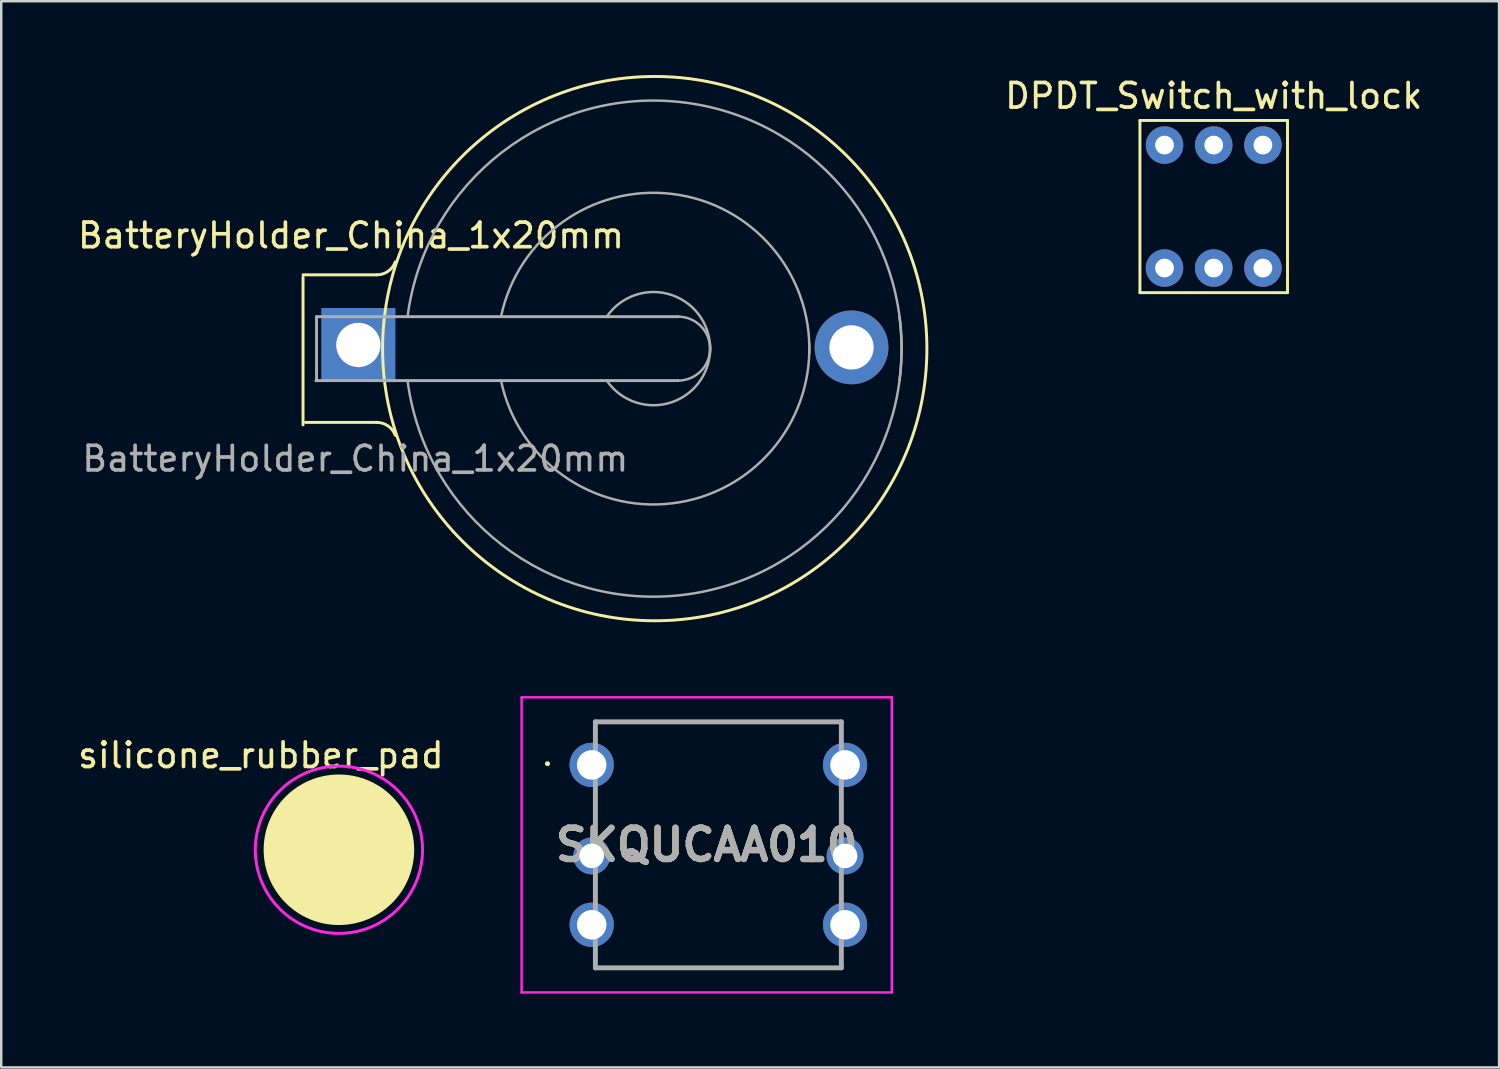
<source format=kicad_pcb>
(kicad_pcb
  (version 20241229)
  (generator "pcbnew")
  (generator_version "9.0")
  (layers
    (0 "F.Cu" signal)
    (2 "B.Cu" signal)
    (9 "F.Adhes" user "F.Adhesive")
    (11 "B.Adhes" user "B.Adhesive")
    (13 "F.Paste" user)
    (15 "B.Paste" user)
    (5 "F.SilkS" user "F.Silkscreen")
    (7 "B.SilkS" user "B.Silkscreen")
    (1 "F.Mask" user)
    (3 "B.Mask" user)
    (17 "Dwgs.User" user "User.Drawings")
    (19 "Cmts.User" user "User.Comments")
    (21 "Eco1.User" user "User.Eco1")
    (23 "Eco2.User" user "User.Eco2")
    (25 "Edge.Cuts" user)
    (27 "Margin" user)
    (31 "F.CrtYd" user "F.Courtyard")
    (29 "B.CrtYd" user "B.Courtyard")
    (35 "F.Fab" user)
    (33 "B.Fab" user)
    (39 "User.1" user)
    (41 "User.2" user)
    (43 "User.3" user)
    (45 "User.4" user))
  (footprint "DPDT_Switch_with_lock"
    (layer "F.Cu")
    (at 47.296 11.848)
    (property "Reference" "DPDT_Switch_with_lock" (at -1 -11 0) (layer "F.SilkS") (effects (font (size 1 1) (thickness 0.15))))
    (attr through_hole)
    (fp_line (start -4 -10) (end 2 -10) (stroke (width 0.12) (type solid)) (layer "F.SilkS"))
    (fp_line (start -4 -3) (end -4 -10) (stroke (width 0.12) (type solid)) (layer "F.SilkS"))
    (fp_line (start 2 -10) (end 2 -3) (stroke (width 0.12) (type solid)) (layer "F.SilkS"))
    (fp_line (start 2 -3) (end -4 -3) (stroke (width 0.12) (type solid)) (layer "F.SilkS"))
    (pad "1" thru_hole circle (at -3 -9) (size 1.524 1.524) (drill 0.762) (layers "*.Cu" "*.Mask"))
    (pad "2" thru_hole circle (at -1 -9) (size 1.524 1.524) (drill 0.762) (layers "*.Cu" "*.Mask"))
    (pad "3" thru_hole circle (at 1 -9) (size 1.524 1.524) (drill 0.762) (layers "*.Cu" "*.Mask"))
    (pad "4" thru_hole circle (at -3 -4) (size 1.524 1.524) (drill 0.762) (layers "*.Cu" "*.Mask"))
    (pad "5" thru_hole circle (at -1 -4) (size 1.524 1.524) (drill 0.762) (layers "*.Cu" "*.Mask"))
    (pad "6" thru_hole circle (at 1 -4) (size 1.524 1.524) (drill 0.762) (layers "*.Cu" "*.Mask")))
  (footprint "SKQUCAA010"
    (layer "F.Cu")
    (at 21.007 28.049)
    (property "Reference" "SKQUCAA010" (at 4.675 3.25 0) (layer "F.SilkS") (effects (font (size 1.27 1.27) (thickness 0.254))))
    (attr through_hole)
    (fp_line (start -1.85 -0.05) (end -1.85 -0.05) (stroke (width 0.1) (type solid)) (layer "F.SilkS"))
    (fp_line (start -1.75 -0.05) (end -1.75 -0.05) (stroke (width 0.1) (type solid)) (layer "F.SilkS"))
    (fp_line (start 0.95 8.25) (end 8.45 8.25) (stroke (width 0.1) (type solid)) (layer "F.SilkS"))
    (fp_line (start 1.25 -1.75) (end 8.15 -1.75) (stroke (width 0.1) (type solid)) (layer "F.SilkS"))
    (fp_arc (start -1.85 -0.05) (mid -1.8 -0.1) (end -1.75 -0.05) (stroke (width 0.1) (type solid)) (layer "F.SilkS"))
    (fp_arc (start -1.75 -0.05) (mid -1.8 0) (end -1.85 -0.05) (stroke (width 0.1) (type solid)) (layer "F.SilkS"))
    (fp_line (start -2.85 -2.75) (end 12.2 -2.75) (stroke (width 0.1) (type solid)) (layer "F.CrtYd"))
    (fp_line (start -2.85 9.25) (end -2.85 -2.75) (stroke (width 0.1) (type solid)) (layer "F.CrtYd"))
    (fp_line (start 12.2 -2.75) (end 12.2 9.25) (stroke (width 0.1) (type solid)) (layer "F.CrtYd"))
    (fp_line (start 12.2 9.25) (end -2.85 9.25) (stroke (width 0.1) (type solid)) (layer "F.CrtYd"))
    (fp_line (start 0.15 -1.75) (end 10.15 -1.75) (stroke (width 0.2) (type solid)) (layer "F.Fab"))
    (fp_line (start 0.15 8.25) (end 0.15 -1.75) (stroke (width 0.2) (type solid)) (layer "F.Fab"))
    (fp_line (start 10.15 -1.75) (end 10.15 8.25) (stroke (width 0.2) (type solid)) (layer "F.Fab"))
    (fp_line (start 10.15 8.25) (end 0.15 8.25) (stroke (width 0.2) (type solid)) (layer "F.Fab"))
    (fp_text user "${REFERENCE}" (at 4.675 3.25 0) (layer "F.Fab") (effects (font (size 1.27 1.27) (thickness 0.254))))
    (pad "1" thru_hole circle (at 0 0) (size 1.8 1.8) (drill 1.2) (layers "*.Cu" "*.Mask"))
    (pad "2" thru_hole circle (at 0 3.7) (size 1.5 1.5) (drill 1) (layers "*.Cu" "*.Mask"))
    (pad "3" thru_hole circle (at 0 6.5) (size 1.8 1.8) (drill 1.2) (layers "*.Cu" "*.Mask"))
    (pad "4" thru_hole circle (at 10.3 6.5) (size 1.8 1.8) (drill 1.2) (layers "*.Cu" "*.Mask"))
    (pad "5" thru_hole circle (at 10.3 3.7) (size 1.5 1.5) (drill 1) (layers "*.Cu" "*.Mask"))
    (pad "6" thru_hole circle (at 10.3 0) (size 1.8 1.8) (drill 1.2) (layers "*.Cu" "*.Mask")))
  (footprint "silicone_rubber_pad"
    (layer "F.Cu")
    (at 10.729 25.499)
    (property "Reference" "silicone_rubber_pad" (at -3.175 2.159 0) (unlocked yes) (layer "F.SilkS") (effects (font (size 1 1) (thickness 0.15))))
    (attr smd)
    (fp_circle (center 0 6) (end 3 6) (stroke (width 0.12) (type solid)) (fill yes) (layer "F.SilkS"))
    (fp_circle (center 0 6) (end 3.4 6) (stroke (width 0.12) (type solid)) (fill no) (layer "F.CrtYd")))
  (footprint "BatteryHolder_China_1x20mm"
    (layer "F.Cu")
    (at 8.32 11.124)
    (property "Reference" "BatteryHolder_China_1x20mm" (at 2.9 -4.6 0) (layer "F.SilkS") (effects (font (size 1 1) (thickness 0.15))))
    (attr through_hole)
    (fp_line (start 0.95 -3) (end 3.95 -3) (stroke (width 0.12) (type solid)) (layer "F.SilkS"))
    (fp_line (start 0.95 3.1) (end 0.95 -2.9) (stroke (width 0.12) (type solid)) (layer "F.SilkS"))
    (fp_line (start 1.05 3) (end 3.95 3) (stroke (width 0.12) (type solid)) (layer "F.SilkS"))
    (fp_arc (start 3.95 3) (mid 4.408861 3.144678) (end 4.701754 3.526384) (stroke (width 0.12) (type solid)) (layer "F.SilkS"))
    (fp_arc (start 4.701754 -3.526384) (mid 4.408861 -3.144678) (end 3.95 -3) (stroke (width 0.12) (type solid)) (layer "F.SilkS"))
    (fp_circle (center 15.25 0) (end 18.25 10.65) (stroke (width 0.12) (type solid)) (fill no) (layer "F.SilkS"))
    (fp_line (start 1.5 -1.3) (end 1.5 0.85) (stroke (width 0.12) (type solid)) (layer "F.Fab"))
    (fp_line (start 1.5 0.85) (end 1.5 1.3) (stroke (width 0.12) (type solid)) (layer "F.Fab"))
    (fp_line (start 16.2 -1.3) (end 1.5 -1.3) (stroke (width 0.12) (type solid)) (layer "F.Fab"))
    (fp_line (start 16.2 1.3) (end 1.475 1.3) (stroke (width 0.12) (type solid)) (layer "F.Fab"))
    (fp_arc (start 5.2 -1.3) (mid 16.5 -10) (end 25.2 1.3) (stroke (width 0.1) (type solid)) (layer "F.Fab"))
    (fp_arc (start 9 -1.3) (mid 15.954687 -6.28971) (end 21.531551 0.203631) (stroke (width 0.1) (type solid)) (layer "F.Fab"))
    (fp_arc (start 13.3 -1.3) (mid 15.963947 -2.171724) (end 17.495448 0.175833) (stroke (width 0.1) (type solid)) (layer "F.Fab"))
    (fp_arc (start 16.2 -1.3) (mid 17.5 0) (end 16.2 1.3) (stroke (width 0.1) (type solid)) (layer "F.Fab"))
    (fp_arc (start 17.495448 -0.175833) (mid 15.963947 2.171724) (end 13.3 1.3) (stroke (width 0.1) (type solid)) (layer "F.Fab"))
    (fp_arc (start 21.531551 -0.203631) (mid 15.954687 6.28971) (end 9 1.3) (stroke (width 0.1) (type solid)) (layer "F.Fab"))
    (fp_arc (start 25.2 -1.3) (mid 16.5 10) (end 5.2 1.3) (stroke (width 0.1) (type solid)) (layer "F.Fab"))
    (fp_text user "+" (at 3.2 0 0) (layer "F.SilkS") (effects (font (size 1.5 1.5) (thickness 0.15))))
    (fp_text user "${REFERENCE}" (at 3.075 4.475 0) (layer "F.Fab") (effects (font (size 1 1) (thickness 0.15))))
    (pad "1" thru_hole rect (at 3.2 -0.15) (size 3 3) (drill 1.8) (layers "*.Cu" "*.Mask"))
    (pad "2" thru_hole circle (at 23.25 -0.05) (size 3 3) (drill 1.8) (layers "*.Cu" "*.Mask")))
  (gr_rect
    (start -3 -3)
    (end 57.897 40.349)
    (stroke (width 0.1) (type default))
    (fill no)
    (layer "Edge.Cuts")))
</source>
